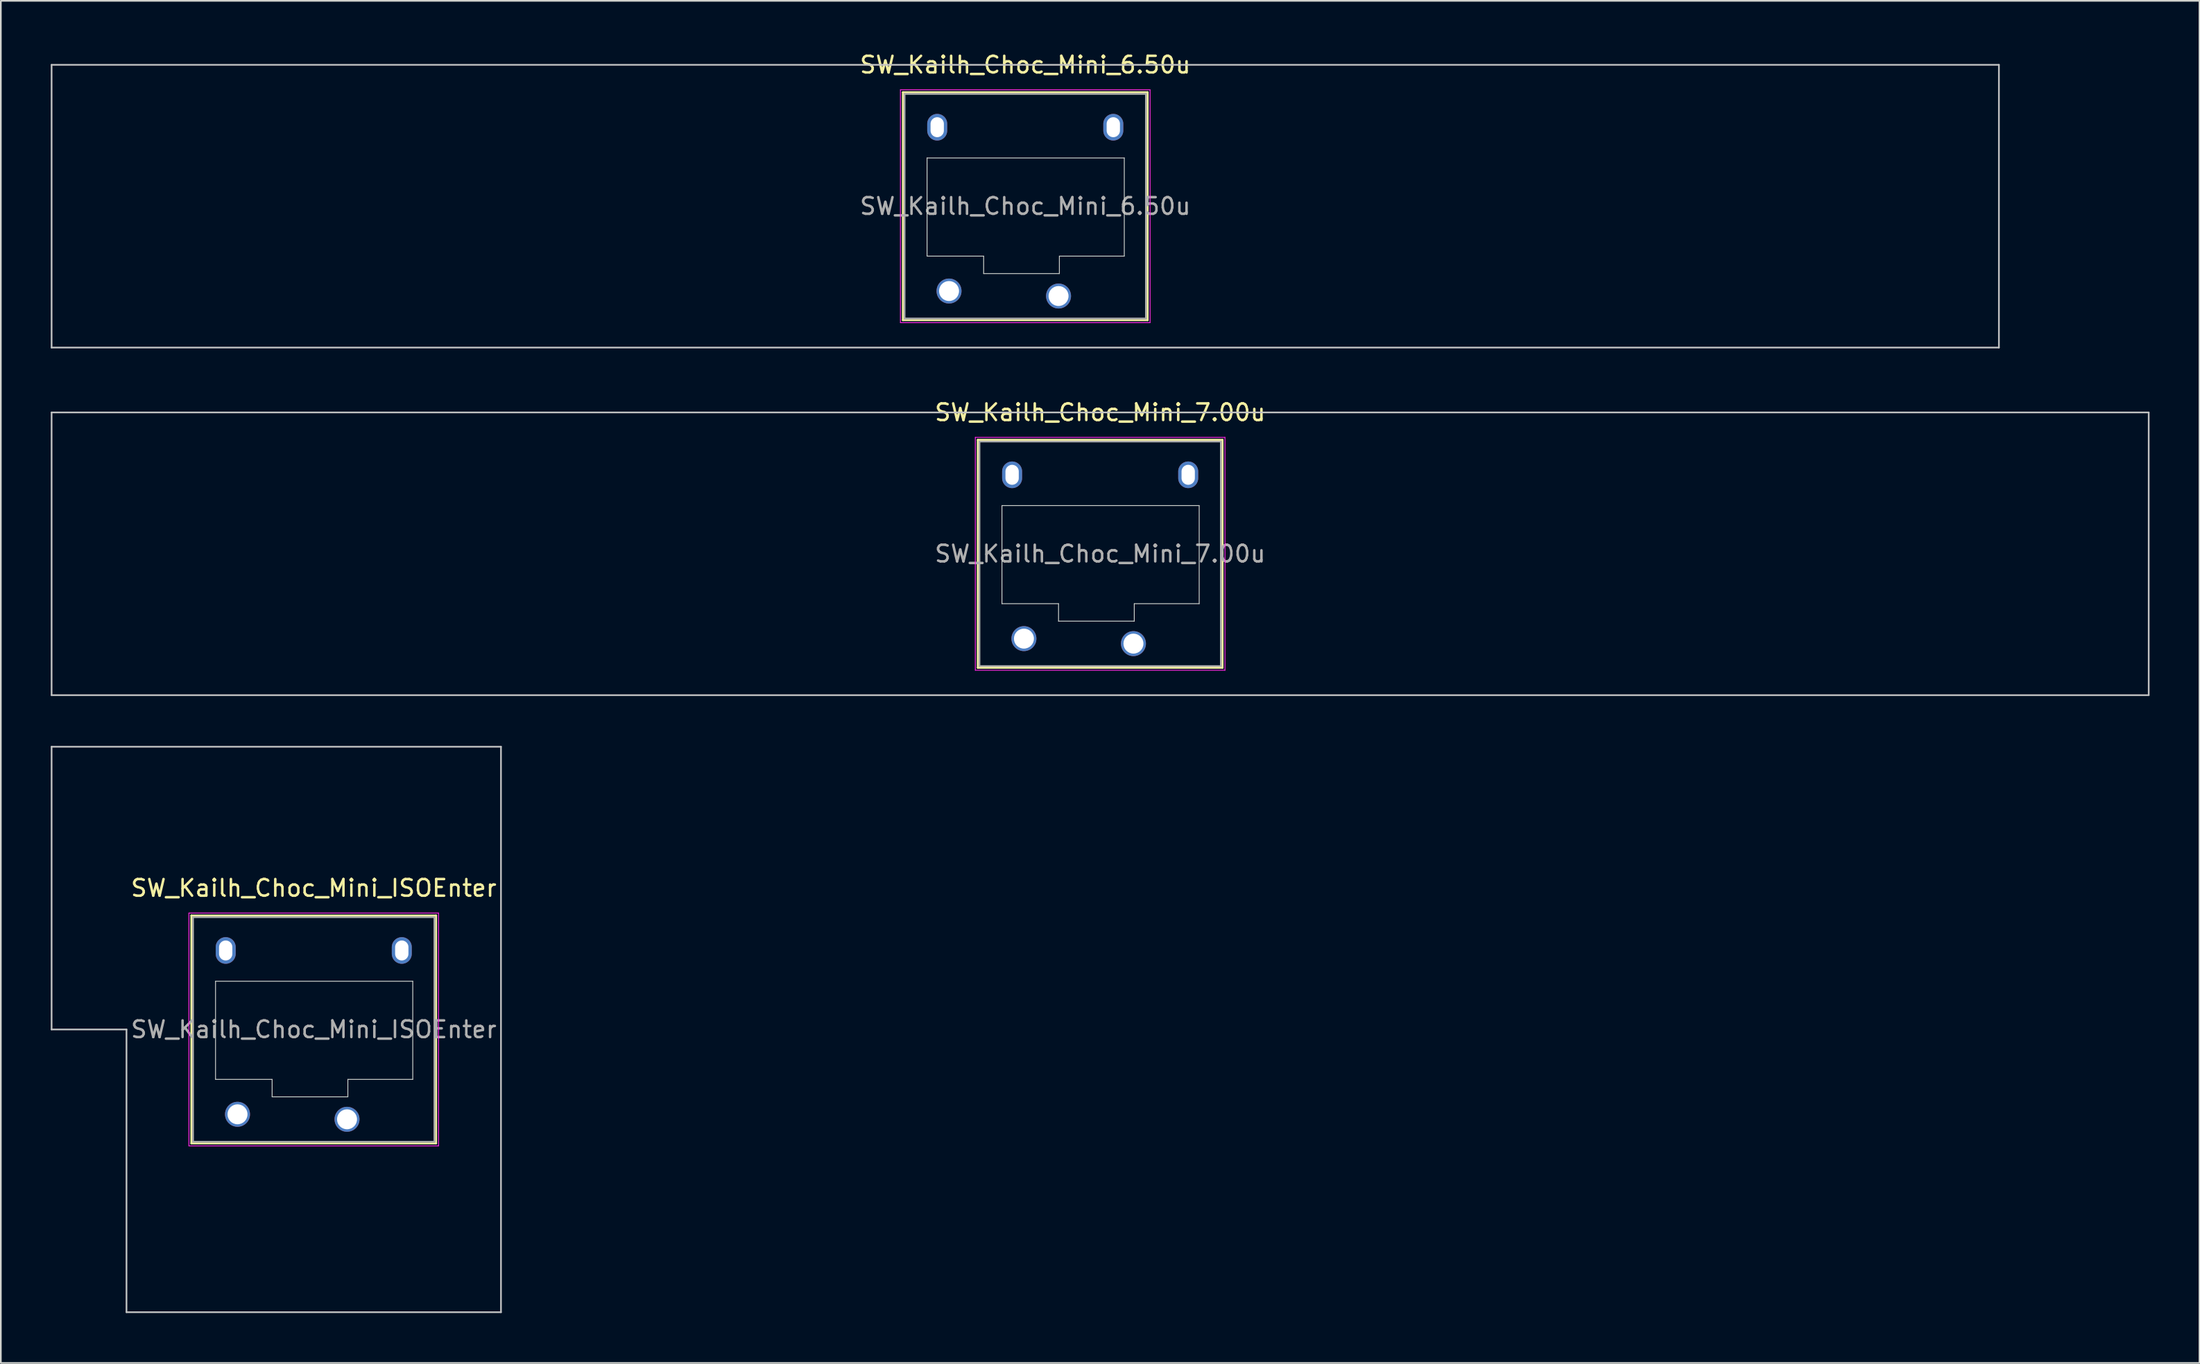
<source format=kicad_pcb>
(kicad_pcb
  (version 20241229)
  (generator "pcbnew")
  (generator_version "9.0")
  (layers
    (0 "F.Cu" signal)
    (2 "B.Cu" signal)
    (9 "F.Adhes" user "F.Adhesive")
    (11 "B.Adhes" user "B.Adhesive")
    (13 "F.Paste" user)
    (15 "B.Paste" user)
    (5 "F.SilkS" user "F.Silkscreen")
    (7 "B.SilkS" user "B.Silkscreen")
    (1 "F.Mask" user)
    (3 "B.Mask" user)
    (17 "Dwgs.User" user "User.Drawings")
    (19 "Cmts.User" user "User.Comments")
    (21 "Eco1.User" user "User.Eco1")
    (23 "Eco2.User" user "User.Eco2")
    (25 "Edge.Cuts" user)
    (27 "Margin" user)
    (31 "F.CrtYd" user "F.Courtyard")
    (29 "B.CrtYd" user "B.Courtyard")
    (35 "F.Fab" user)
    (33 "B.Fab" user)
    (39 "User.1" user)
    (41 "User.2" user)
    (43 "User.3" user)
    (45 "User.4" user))
  (footprint "SW_Kailh_Choc_Mini_ISOEnter"
    (layer "F.Cu")
    (at 15.8 58.846)
    (property "Reference" "SW_Kailh_Choc_Mini_ISOEnter" (at 0 -8.5 0) (layer "F.SilkS") (effects (font (size 1 1) (thickness 0.15))))
    (attr through_hole)
    (fp_line (start -7.35 -6.85) (end -7.35 6.85) (stroke (width 0.12) (type solid)) (layer "F.SilkS"))
    (fp_line (start -7.35 6.85) (end 7.35 6.85) (stroke (width 0.12) (type solid)) (layer "F.SilkS"))
    (fp_line (start 7.35 -6.85) (end -7.35 -6.85) (stroke (width 0.12) (type solid)) (layer "F.SilkS"))
    (fp_line (start 7.35 6.85) (end 7.35 -6.85) (stroke (width 0.12) (type solid)) (layer "F.SilkS"))
    (fp_line (start -15.75 -17) (end -15.75 0) (stroke (width 0.1) (type solid)) (layer "Dwgs.User"))
    (fp_line (start -15.75 0) (end -11.25 0) (stroke (width 0.1) (type solid)) (layer "Dwgs.User"))
    (fp_line (start -11.25 0) (end -11.25 17) (stroke (width 0.1) (type solid)) (layer "Dwgs.User"))
    (fp_line (start -11.25 17) (end 11.25 17) (stroke (width 0.1) (type solid)) (layer "Dwgs.User"))
    (fp_line (start 11.25 -17) (end -15.75 -17) (stroke (width 0.1) (type solid)) (layer "Dwgs.User"))
    (fp_line (start 11.25 17) (end 11.25 -17) (stroke (width 0.1) (type solid)) (layer "Dwgs.User"))
    (fp_line (start -6.85 -6.35) (end -6.85 6.35) (stroke (width 0.1) (type solid)) (layer "Eco1.User"))
    (fp_line (start -6.85 6.35) (end 6.85 6.35) (stroke (width 0.1) (type solid)) (layer "Eco1.User"))
    (fp_line (start 6.85 -6.35) (end -6.85 -6.35) (stroke (width 0.1) (type solid)) (layer "Eco1.User"))
    (fp_line (start 6.85 6.35) (end 6.85 -6.35) (stroke (width 0.1) (type solid)) (layer "Eco1.User"))
    (fp_line (start -5.9 -2.9) (end -5.9 3) (stroke (width 0.05) (type solid)) (layer "Edge.Cuts"))
    (fp_line (start -5.9 3) (end -2.5 3) (stroke (width 0.05) (type solid)) (layer "Edge.Cuts"))
    (fp_line (start -2.5 3) (end -2.5 4.05) (stroke (width 0.05) (type solid)) (layer "Edge.Cuts"))
    (fp_line (start -2.5 4.05) (end 2.05 4.05) (stroke (width 0.05) (type solid)) (layer "Edge.Cuts"))
    (fp_line (start 2.05 3) (end 5.95 3) (stroke (width 0.05) (type solid)) (layer "Edge.Cuts"))
    (fp_line (start 2.05 4.05) (end 2.05 3) (stroke (width 0.05) (type solid)) (layer "Edge.Cuts"))
    (fp_line (start 5.95 -2.9) (end -5.9 -2.9) (stroke (width 0.05) (type solid)) (layer "Edge.Cuts"))
    (fp_line (start 5.95 3) (end 5.95 -2.9) (stroke (width 0.05) (type solid)) (layer "Edge.Cuts"))
    (fp_line (start -7.5 -7) (end -7.5 7) (stroke (width 0.05) (type solid)) (layer "F.CrtYd"))
    (fp_line (start -7.5 7) (end 7.5 7) (stroke (width 0.05) (type solid)) (layer "F.CrtYd"))
    (fp_line (start 7.5 -7) (end -7.5 -7) (stroke (width 0.05) (type solid)) (layer "F.CrtYd"))
    (fp_line (start 7.5 7) (end 7.5 -7) (stroke (width 0.05) (type solid)) (layer "F.CrtYd"))
    (fp_line (start -7.25 -6.75) (end -7.25 6.75) (stroke (width 0.1) (type solid)) (layer "F.Fab"))
    (fp_line (start -7.25 6.75) (end 7.25 6.75) (stroke (width 0.1) (type solid)) (layer "F.Fab"))
    (fp_line (start 7.25 -6.75) (end -7.25 -6.75) (stroke (width 0.1) (type solid)) (layer "F.Fab"))
    (fp_line (start 7.25 6.75) (end 7.25 -6.75) (stroke (width 0.1) (type solid)) (layer "F.Fab"))
    (fp_text user "${REFERENCE}" (at 0 0 0) (layer "F.Fab") (effects (font (size 1 1) (thickness 0.15))))
    (pad "" np_thru_hole oval (at -5.29 -4.75) (size 1.2 1.6) (drill oval 0.8 1.2) (layers "*.Cu" "*.Mask"))
    (pad "" smd circle (at -4.58 5.1) (size 1.25 1.25) (layers "F.Mask"))
    (pad "" smd circle (at 2 5.4) (size 1.25 1.25) (layers "F.Mask"))
    (pad "" np_thru_hole oval (at 5.29 -4.75) (size 1.2 1.6) (drill oval 0.8 1.2) (layers "*.Cu" "*.Mask"))
    (pad "1" thru_hole circle (at 2 5.4) (size 1.5 1.5) (drill 1.2) (layers "*.Cu" "B.Mask"))
    (pad "2" thru_hole circle (at -4.58 5.1) (size 1.5 1.5) (drill 1.2) (layers "*.Cu" "B.Mask")))
  (footprint "SW_Kailh_Choc_Mini_6.50u"
    (layer "F.Cu")
    (at 58.55 9.348)
    (property "Reference" "SW_Kailh_Choc_Mini_6.50u" (at 0 -8.5 0) (layer "F.SilkS") (effects (font (size 1 1) (thickness 0.15))))
    (attr through_hole)
    (fp_line (start -7.35 -6.85) (end -7.35 6.85) (stroke (width 0.12) (type solid)) (layer "F.SilkS"))
    (fp_line (start -7.35 6.85) (end 7.35 6.85) (stroke (width 0.12) (type solid)) (layer "F.SilkS"))
    (fp_line (start 7.35 -6.85) (end -7.35 -6.85) (stroke (width 0.12) (type solid)) (layer "F.SilkS"))
    (fp_line (start 7.35 6.85) (end 7.35 -6.85) (stroke (width 0.12) (type solid)) (layer "F.SilkS"))
    (fp_line (start -58.5 -8.5) (end -58.5 8.5) (stroke (width 0.1) (type solid)) (layer "Dwgs.User"))
    (fp_line (start -58.5 8.5) (end 58.5 8.5) (stroke (width 0.1) (type solid)) (layer "Dwgs.User"))
    (fp_line (start 58.5 -8.5) (end -58.5 -8.5) (stroke (width 0.1) (type solid)) (layer "Dwgs.User"))
    (fp_line (start 58.5 8.5) (end 58.5 -8.5) (stroke (width 0.1) (type solid)) (layer "Dwgs.User"))
    (fp_line (start -6.85 -6.35) (end -6.85 6.35) (stroke (width 0.1) (type solid)) (layer "Eco1.User"))
    (fp_line (start -6.85 6.35) (end 6.85 6.35) (stroke (width 0.1) (type solid)) (layer "Eco1.User"))
    (fp_line (start 6.85 -6.35) (end -6.85 -6.35) (stroke (width 0.1) (type solid)) (layer "Eco1.User"))
    (fp_line (start 6.85 6.35) (end 6.85 -6.35) (stroke (width 0.1) (type solid)) (layer "Eco1.User"))
    (fp_line (start -5.9 -2.9) (end -5.9 3) (stroke (width 0.05) (type solid)) (layer "Edge.Cuts"))
    (fp_line (start -5.9 3) (end -2.5 3) (stroke (width 0.05) (type solid)) (layer "Edge.Cuts"))
    (fp_line (start -2.5 3) (end -2.5 4.05) (stroke (width 0.05) (type solid)) (layer "Edge.Cuts"))
    (fp_line (start -2.5 4.05) (end 2.05 4.05) (stroke (width 0.05) (type solid)) (layer "Edge.Cuts"))
    (fp_line (start 2.05 3) (end 5.95 3) (stroke (width 0.05) (type solid)) (layer "Edge.Cuts"))
    (fp_line (start 2.05 4.05) (end 2.05 3) (stroke (width 0.05) (type solid)) (layer "Edge.Cuts"))
    (fp_line (start 5.95 -2.9) (end -5.9 -2.9) (stroke (width 0.05) (type solid)) (layer "Edge.Cuts"))
    (fp_line (start 5.95 3) (end 5.95 -2.9) (stroke (width 0.05) (type solid)) (layer "Edge.Cuts"))
    (fp_line (start -7.5 -7) (end -7.5 7) (stroke (width 0.05) (type solid)) (layer "F.CrtYd"))
    (fp_line (start -7.5 7) (end 7.5 7) (stroke (width 0.05) (type solid)) (layer "F.CrtYd"))
    (fp_line (start 7.5 -7) (end -7.5 -7) (stroke (width 0.05) (type solid)) (layer "F.CrtYd"))
    (fp_line (start 7.5 7) (end 7.5 -7) (stroke (width 0.05) (type solid)) (layer "F.CrtYd"))
    (fp_line (start -7.25 -6.75) (end -7.25 6.75) (stroke (width 0.1) (type solid)) (layer "F.Fab"))
    (fp_line (start -7.25 6.75) (end 7.25 6.75) (stroke (width 0.1) (type solid)) (layer "F.Fab"))
    (fp_line (start 7.25 -6.75) (end -7.25 -6.75) (stroke (width 0.1) (type solid)) (layer "F.Fab"))
    (fp_line (start 7.25 6.75) (end 7.25 -6.75) (stroke (width 0.1) (type solid)) (layer "F.Fab"))
    (fp_text user "${REFERENCE}" (at 0 0 0) (layer "F.Fab") (effects (font (size 1 1) (thickness 0.15))))
    (pad "" np_thru_hole oval (at -5.29 -4.75) (size 1.2 1.6) (drill oval 0.8 1.2) (layers "*.Cu" "*.Mask"))
    (pad "" smd circle (at -4.58 5.1) (size 1.25 1.25) (layers "F.Mask"))
    (pad "" smd circle (at 2 5.4) (size 1.25 1.25) (layers "F.Mask"))
    (pad "" np_thru_hole oval (at 5.29 -4.75) (size 1.2 1.6) (drill oval 0.8 1.2) (layers "*.Cu" "*.Mask"))
    (pad "1" thru_hole circle (at 2 5.4) (size 1.5 1.5) (drill 1.2) (layers "*.Cu" "B.Mask"))
    (pad "2" thru_hole circle (at -4.58 5.1) (size 1.5 1.5) (drill 1.2) (layers "*.Cu" "B.Mask")))
  (footprint "SW_Kailh_Choc_Mini_7.00u"
    (layer "F.Cu")
    (at 63.05 30.247)
    (property "Reference" "SW_Kailh_Choc_Mini_7.00u" (at 0 -8.5 0) (layer "F.SilkS") (effects (font (size 1 1) (thickness 0.15))))
    (attr through_hole)
    (fp_line (start -7.35 -6.85) (end -7.35 6.85) (stroke (width 0.12) (type solid)) (layer "F.SilkS"))
    (fp_line (start -7.35 6.85) (end 7.35 6.85) (stroke (width 0.12) (type solid)) (layer "F.SilkS"))
    (fp_line (start 7.35 -6.85) (end -7.35 -6.85) (stroke (width 0.12) (type solid)) (layer "F.SilkS"))
    (fp_line (start 7.35 6.85) (end 7.35 -6.85) (stroke (width 0.12) (type solid)) (layer "F.SilkS"))
    (fp_line (start -63 -8.5) (end -63 8.5) (stroke (width 0.1) (type solid)) (layer "Dwgs.User"))
    (fp_line (start -63 8.5) (end 63 8.5) (stroke (width 0.1) (type solid)) (layer "Dwgs.User"))
    (fp_line (start 63 -8.5) (end -63 -8.5) (stroke (width 0.1) (type solid)) (layer "Dwgs.User"))
    (fp_line (start 63 8.5) (end 63 -8.5) (stroke (width 0.1) (type solid)) (layer "Dwgs.User"))
    (fp_line (start -6.85 -6.35) (end -6.85 6.35) (stroke (width 0.1) (type solid)) (layer "Eco1.User"))
    (fp_line (start -6.85 6.35) (end 6.85 6.35) (stroke (width 0.1) (type solid)) (layer "Eco1.User"))
    (fp_line (start 6.85 -6.35) (end -6.85 -6.35) (stroke (width 0.1) (type solid)) (layer "Eco1.User"))
    (fp_line (start 6.85 6.35) (end 6.85 -6.35) (stroke (width 0.1) (type solid)) (layer "Eco1.User"))
    (fp_line (start -5.9 -2.9) (end -5.9 3) (stroke (width 0.05) (type solid)) (layer "Edge.Cuts"))
    (fp_line (start -5.9 3) (end -2.5 3) (stroke (width 0.05) (type solid)) (layer "Edge.Cuts"))
    (fp_line (start -2.5 3) (end -2.5 4.05) (stroke (width 0.05) (type solid)) (layer "Edge.Cuts"))
    (fp_line (start -2.5 4.05) (end 2.05 4.05) (stroke (width 0.05) (type solid)) (layer "Edge.Cuts"))
    (fp_line (start 2.05 3) (end 5.95 3) (stroke (width 0.05) (type solid)) (layer "Edge.Cuts"))
    (fp_line (start 2.05 4.05) (end 2.05 3) (stroke (width 0.05) (type solid)) (layer "Edge.Cuts"))
    (fp_line (start 5.95 -2.9) (end -5.9 -2.9) (stroke (width 0.05) (type solid)) (layer "Edge.Cuts"))
    (fp_line (start 5.95 3) (end 5.95 -2.9) (stroke (width 0.05) (type solid)) (layer "Edge.Cuts"))
    (fp_line (start -7.5 -7) (end -7.5 7) (stroke (width 0.05) (type solid)) (layer "F.CrtYd"))
    (fp_line (start -7.5 7) (end 7.5 7) (stroke (width 0.05) (type solid)) (layer "F.CrtYd"))
    (fp_line (start 7.5 -7) (end -7.5 -7) (stroke (width 0.05) (type solid)) (layer "F.CrtYd"))
    (fp_line (start 7.5 7) (end 7.5 -7) (stroke (width 0.05) (type solid)) (layer "F.CrtYd"))
    (fp_line (start -7.25 -6.75) (end -7.25 6.75) (stroke (width 0.1) (type solid)) (layer "F.Fab"))
    (fp_line (start -7.25 6.75) (end 7.25 6.75) (stroke (width 0.1) (type solid)) (layer "F.Fab"))
    (fp_line (start 7.25 -6.75) (end -7.25 -6.75) (stroke (width 0.1) (type solid)) (layer "F.Fab"))
    (fp_line (start 7.25 6.75) (end 7.25 -6.75) (stroke (width 0.1) (type solid)) (layer "F.Fab"))
    (fp_text user "${REFERENCE}" (at 0 0 0) (layer "F.Fab") (effects (font (size 1 1) (thickness 0.15))))
    (pad "" np_thru_hole oval (at -5.29 -4.75) (size 1.2 1.6) (drill oval 0.8 1.2) (layers "*.Cu" "*.Mask"))
    (pad "" smd circle (at -4.58 5.1) (size 1.25 1.25) (layers "F.Mask"))
    (pad "" smd circle (at 2 5.4) (size 1.25 1.25) (layers "F.Mask"))
    (pad "" np_thru_hole oval (at 5.29 -4.75) (size 1.2 1.6) (drill oval 0.8 1.2) (layers "*.Cu" "*.Mask"))
    (pad "1" thru_hole circle (at 2 5.4) (size 1.5 1.5) (drill 1.2) (layers "*.Cu" "B.Mask"))
    (pad "2" thru_hole circle (at -4.58 5.1) (size 1.5 1.5) (drill 1.2) (layers "*.Cu" "B.Mask")))
  (gr_rect
    (start -3 -3)
    (end 129.1 78.897)
    (stroke (width 0.1) (type default))
    (fill no)
    (layer "Edge.Cuts")))
</source>
